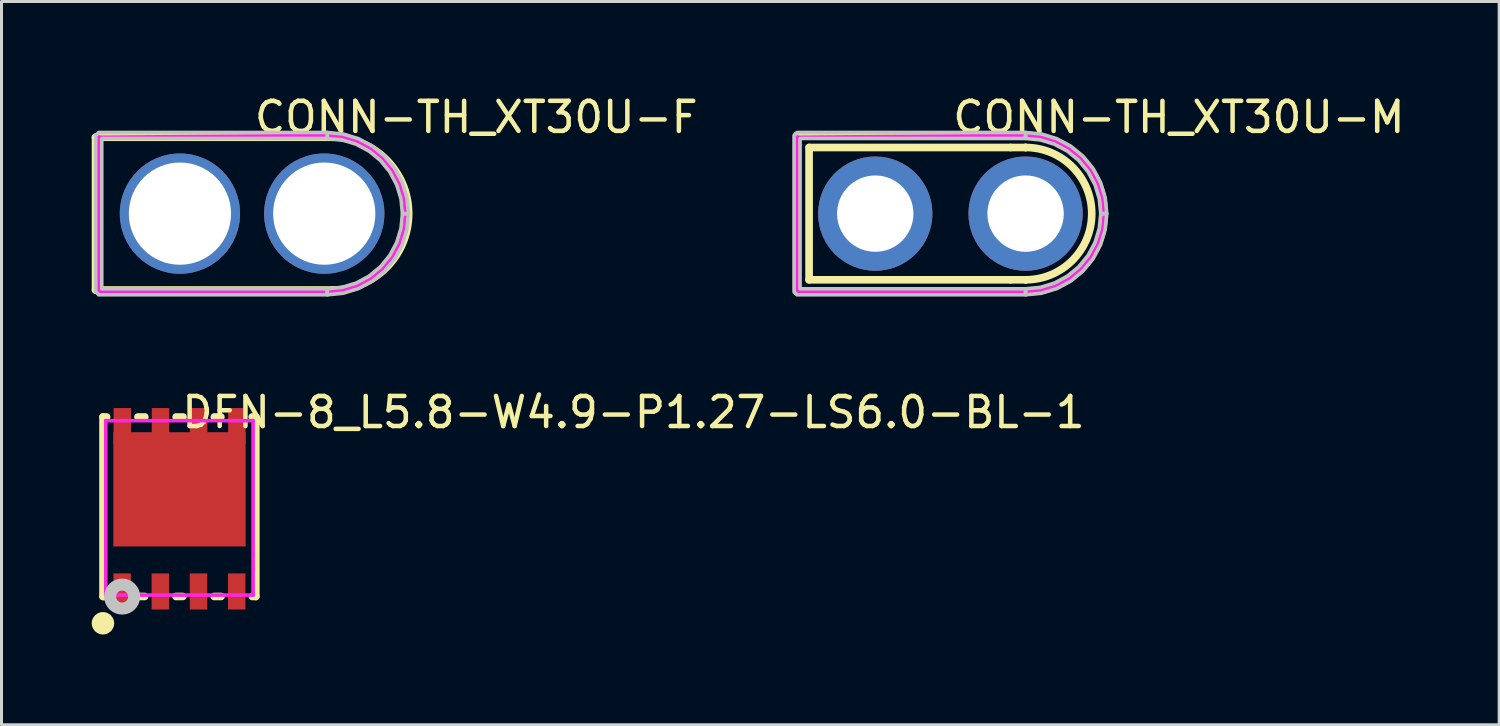
<source format=kicad_pcb>
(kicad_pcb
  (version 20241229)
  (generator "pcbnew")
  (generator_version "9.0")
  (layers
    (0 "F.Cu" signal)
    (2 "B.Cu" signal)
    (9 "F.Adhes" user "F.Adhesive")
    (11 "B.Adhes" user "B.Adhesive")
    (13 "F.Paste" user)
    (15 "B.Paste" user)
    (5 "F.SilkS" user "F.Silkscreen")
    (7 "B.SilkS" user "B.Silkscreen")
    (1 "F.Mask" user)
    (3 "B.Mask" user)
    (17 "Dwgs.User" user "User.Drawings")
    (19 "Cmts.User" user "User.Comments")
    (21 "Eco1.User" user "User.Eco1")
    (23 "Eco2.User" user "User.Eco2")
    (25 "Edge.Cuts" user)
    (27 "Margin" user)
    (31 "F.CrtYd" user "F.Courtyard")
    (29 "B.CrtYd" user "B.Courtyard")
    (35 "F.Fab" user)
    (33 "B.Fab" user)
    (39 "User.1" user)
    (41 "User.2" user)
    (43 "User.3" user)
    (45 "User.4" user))
  (footprint "DFN-8_L5.8-W4.9-P1.27-LS6.0-BL-1"
    (layer "F.Cu")
    (at 2.919 13.87)
    (property "Reference" "DFN-8_L5.8-W4.9-P1.27-LS6.0-BL-1" (at 0 -3.207 0) (layer "F.SilkS") (effects (font (size 1 1) (thickness 0.15)) (justify left)))
    (attr through_hole)
    (fp_line (start -2.542 -3.052) (end -2.423 -3.052) (stroke (width 0.254) (type solid)) (layer "F.SilkS"))
    (fp_line (start -2.542 2.917) (end -2.542 -3.052) (stroke (width 0.254) (type solid)) (layer "F.SilkS"))
    (fp_line (start -2.429 2.917) (end -2.542 2.917) (stroke (width 0.254) (type solid)) (layer "F.SilkS"))
    (fp_line (start -1.381 -3.052) (end -1.153 -3.052) (stroke (width 0.254) (type solid)) (layer "F.SilkS"))
    (fp_line (start -1.159 2.917) (end -1.386 2.917) (stroke (width 0.254) (type solid)) (layer "F.SilkS"))
    (fp_line (start -0.111 -3.052) (end 0.117 -3.052) (stroke (width 0.254) (type solid)) (layer "F.SilkS"))
    (fp_line (start 0.111 2.917) (end -0.116 2.917) (stroke (width 0.254) (type solid)) (layer "F.SilkS"))
    (fp_line (start 1.159 -3.052) (end 1.376 -3.052) (stroke (width 0.254) (type solid)) (layer "F.SilkS"))
    (fp_line (start 1.381 2.917) (end 1.154 2.917) (stroke (width 0.254) (type solid)) (layer "F.SilkS"))
    (fp_line (start 2.419 -3.052) (end 2.538 -3.052) (stroke (width 0.254) (type solid)) (layer "F.SilkS"))
    (fp_line (start 2.538 -3.052) (end 2.538 2.917) (stroke (width 0.254) (type solid)) (layer "F.SilkS"))
    (fp_line (start 2.538 2.917) (end 2.424 2.917) (stroke (width 0.254) (type solid)) (layer "F.SilkS"))
    (fp_arc (start -2.669 3.807) (mid -2.420986 3.809735) (end -2.669015 3.809531) (stroke (width 0.5) (type solid)) (layer "F.SilkS"))
    (fp_poly (pts (xy -1.617 3.35) (xy -2.197 3.35) (xy -2.197 2.15) (xy -1.617 2.15)) (stroke (width 0.12) (type solid)) (fill yes) (layer "F.Paste"))
    (fp_poly (pts (xy -0.347 3.35) (xy -0.927 3.35) (xy -0.927 2.15) (xy -0.347 2.15)) (stroke (width 0.12) (type solid)) (fill yes) (layer "F.Paste"))
    (fp_poly (pts (xy 0.923 3.35) (xy 0.343 3.35) (xy 0.343 2.15) (xy 0.923 2.15)) (stroke (width 0.12) (type solid)) (fill yes) (layer "F.Paste"))
    (fp_poly (pts (xy 2.193 3.35) (xy 1.613 3.35) (xy 1.613 2.15) (xy 2.193 2.15)) (stroke (width 0.12) (type solid)) (fill yes) (layer "F.Paste"))
    (fp_poly (pts (xy -2.192 -3.35) (xy -2.192 -2.546) (xy -2.2 -2.546) (xy -2.2 1.254) (xy 2.2 1.254) (xy 2.2 -2.546) (xy 2.197 -2.546) (xy 2.197 -3.35) (xy 1.617 -3.35) (xy 1.617 -2.546) (xy 0.928 -2.546) (xy 0.928 -3.35) (xy 0.348 -3.35) (xy 0.348 -2.546) (xy -0.342 -2.546) (xy -0.342 -3.35) (xy -0.922 -3.35) (xy -0.922 -2.546) (xy -1.612 -2.546) (xy -1.612 -3.35)) (stroke (width 0.12) (type solid)) (fill yes) (layer "F.Paste"))
    (fp_circle (center -1.907 2.921) (end -1.708 2.921) (stroke (width 0.4) (type solid)) (fill no) (layer "Dwgs.User"))
    (fp_circle (center -2.452 3.01) (end -2.423 3.01) (stroke (width 0.06) (type solid)) (fill no) (layer "Eco2.User"))
    (fp_poly (pts (xy -2.102 -3.075) (xy -1.702 -3.075) (xy -1.702 -2.425) (xy -2.102 -2.425)) (stroke (width 0.12) (type solid)) (fill no) (layer "Eco2.User"))
    (fp_poly (pts (xy -2.002 -2.43) (xy 1.998 -2.43) (xy 1.998 1.07) (xy -2.002 1.07)) (stroke (width 0.12) (type solid)) (fill no) (layer "Eco2.User"))
    (fp_poly (pts (xy -1.707 3.01) (xy -2.107 3.01) (xy -2.107 2.36) (xy -1.707 2.36)) (stroke (width 0.12) (type solid)) (fill no) (layer "Eco2.User"))
    (fp_poly (pts (xy -0.832 -3.075) (xy -0.432 -3.075) (xy -0.432 -2.425) (xy -0.832 -2.425)) (stroke (width 0.12) (type solid)) (fill no) (layer "Eco2.User"))
    (fp_poly (pts (xy -0.437 3.01) (xy -0.837 3.01) (xy -0.837 2.36) (xy -0.437 2.36)) (stroke (width 0.12) (type solid)) (fill no) (layer "Eco2.User"))
    (fp_poly (pts (xy 0.438 -3.075) (xy 0.838 -3.075) (xy 0.838 -2.425) (xy 0.438 -2.425)) (stroke (width 0.12) (type solid)) (fill no) (layer "Eco2.User"))
    (fp_poly (pts (xy 0.833 3.01) (xy 0.433 3.01) (xy 0.433 2.36) (xy 0.833 2.36)) (stroke (width 0.12) (type solid)) (fill no) (layer "Eco2.User"))
    (fp_poly (pts (xy 1.707 -3.075) (xy 2.107 -3.075) (xy 2.107 -2.425) (xy 1.707 -2.425)) (stroke (width 0.12) (type solid)) (fill no) (layer "Eco2.User"))
    (fp_poly (pts (xy 2.103 3.01) (xy 1.703 3.01) (xy 1.703 2.36) (xy 2.103 2.36)) (stroke (width 0.12) (type solid)) (fill no) (layer "Eco2.User"))
    (fp_line (start -2.452 -2.93) (end 2.448 -2.93) (stroke (width 0.12) (type solid)) (layer "F.CrtYd"))
    (fp_line (start -2.452 2.87) (end -2.452 -2.93) (stroke (width 0.12) (type solid)) (layer "F.CrtYd"))
    (fp_line (start 2.448 -2.93) (end 2.448 2.87) (stroke (width 0.12) (type solid)) (layer "F.CrtYd"))
    (fp_line (start 2.448 2.87) (end -2.452 2.87) (stroke (width 0.12) (type solid)) (layer "F.CrtYd"))
    (pad "1" smd rect (at -1.907 2.75 180) (size 0.58 1.2) (layers "F.Cu" "F.Mask" "F.Paste"))
    (pad "2" smd rect (at -0.637 2.75 180) (size 0.58 1.2) (layers "F.Cu" "F.Mask" "F.Paste"))
    (pad "3" smd rect (at 0.633 2.75 180) (size 0.58 1.2) (layers "F.Cu" "F.Mask" "F.Paste"))
    (pad "4" smd rect (at 1.903 2.75 180) (size 0.58 1.2) (layers "F.Cu" "F.Mask" "F.Paste"))
    (pad "5" smd rect (at 1.907 -2.75) (size 0.58 1.2) (layers "F.Cu" "F.Mask" "F.Paste"))
    (pad "6" smd rect (at 0.638 -2.75) (size 0.58 1.2) (layers "F.Cu" "F.Mask" "F.Paste"))
    (pad "7" smd rect (at -0.632 -2.75) (size 0.58 1.2) (layers "F.Cu" "F.Mask" "F.Paste"))
    (pad "8" smd rect (at -1.902 -2.75) (size 0.58 1.2) (layers "F.Cu" "F.Mask" "F.Paste"))
    (pad "9" smd rect (at 0 -0.646) (size 4.4 3.8) (layers "F.Cu" "F.Mask" "F.Paste")))
  (footprint "CONN-TH_XT30U-F"
    (layer "F.Cu")
    (at 5.334 4.055)
    (property "Reference" "CONN-TH_XT30U-F" (at 0 -3.207 0) (layer "F.SilkS") (effects (font (size 1 1) (thickness 0.15)) (justify left)))
    (attr through_hole)
    (fp_line (start -5.207 -2.54) (end -5.207 2.54) (stroke (width 0.254) (type solid)) (layer "F.SilkS"))
    (fp_line (start 2.794 -2.54) (end -5.207 -2.54) (stroke (width 0.254) (type solid)) (layer "F.SilkS"))
    (fp_line (start 2.794 2.54) (end -5.207 2.54) (stroke (width 0.254) (type solid)) (layer "F.SilkS"))
    (fp_arc (start 2.667 -2.54) (mid 5.207 0) (end 2.667 2.54) (stroke (width 0.254) (type solid)) (layer "F.SilkS"))
    (fp_poly (pts (xy 2.5 -2.7) (xy -5.1 -2.7) (xy -5.2 -2.6) (xy -5.2 2.6) (xy -5.1 2.7) (xy 2.5 2.7) (xy 2.5 2.5) (xy -5 2.5) (xy -5 -2.5) (xy 2.5 -2.5)) (stroke (width 0.12) (type solid)) (fill no) (layer "Dwgs.User"))
    (fp_poly (pts (xy 2.5 2.5) (xy 2.988 2.452) (xy 3.457 2.31) (xy 3.889 2.079) (xy 4.268 1.768) (xy 4.579 1.389) (xy 4.81 0.957) (xy 4.952 0.488) (xy 5 0) (xy 5.2 0) (xy 5.148 0.527) (xy 4.994 1.033) (xy 4.745 1.5) (xy 4.409 1.909) (xy 4 2.245) (xy 3.533 2.494) (xy 3.027 2.648) (xy 2.5 2.7)) (stroke (width 0.12) (type solid)) (fill no) (layer "Dwgs.User"))
    (fp_poly (pts (xy 5 0) (xy 4.952 -0.488) (xy 4.81 -0.957) (xy 4.579 -1.389) (xy 4.268 -1.768) (xy 3.889 -2.079) (xy 3.457 -2.31) (xy 2.988 -2.452) (xy 2.5 -2.5) (xy 2.5 -2.7) (xy 3.027 -2.648) (xy 3.533 -2.495) (xy 4 -2.245) (xy 4.409 -1.909) (xy 4.745 -1.5) (xy 4.994 -1.033) (xy 5.148 -0.527) (xy 5.2 0)) (stroke (width 0.12) (type solid)) (fill no) (layer "Dwgs.User"))
    (fp_circle (center -2.5 0) (end -2 0) (stroke (width 1) (type solid)) (fill no) (layer "Eco2.User"))
    (fp_circle (center 2.5 0) (end 3 0) (stroke (width 1) (type solid)) (fill no) (layer "Eco2.User"))
    (fp_circle (center 5.114 -2.6) (end 5.144 -2.6) (stroke (width 0.06) (type solid)) (fill no) (layer "Eco2.User"))
    (fp_line (start -5.1 -2.524) (end -5.099 -2.528) (stroke (width 0.12) (type solid)) (layer "F.CrtYd"))
    (fp_line (start -5.1 -2.52) (end -5.1 -2.524) (stroke (width 0.12) (type solid)) (layer "F.CrtYd"))
    (fp_line (start -5.1 2.6) (end -5.1 -2.52) (stroke (width 0.12) (type solid)) (layer "F.CrtYd"))
    (fp_line (start -5.1 2.6) (end -5.1 2.6) (stroke (width 0.12) (type solid)) (layer "F.CrtYd"))
    (fp_line (start -5.099 -2.528) (end -5.097 -2.531) (stroke (width 0.12) (type solid)) (layer "F.CrtYd"))
    (fp_line (start -5.097 -2.531) (end -5.094 -2.534) (stroke (width 0.12) (type solid)) (layer "F.CrtYd"))
    (fp_line (start -5.094 -2.534) (end -5.091 -2.537) (stroke (width 0.12) (type solid)) (layer "F.CrtYd"))
    (fp_line (start -5.091 -2.537) (end -5.088 -2.539) (stroke (width 0.12) (type solid)) (layer "F.CrtYd"))
    (fp_line (start -5.088 -2.539) (end -5.084 -2.54) (stroke (width 0.12) (type solid)) (layer "F.CrtYd"))
    (fp_line (start -5.084 -2.54) (end -5.08 -2.54) (stroke (width 0.12) (type solid)) (layer "F.CrtYd"))
    (fp_line (start -5.08 -2.54) (end 2.514 -2.6) (stroke (width 0.12) (type solid)) (layer "F.CrtYd"))
    (fp_line (start 2.514 -2.6) (end 2.514 -2.6) (stroke (width 0.12) (type solid)) (layer "F.CrtYd"))
    (fp_line (start 2.514 -2.6) (end 3.021 -2.55) (stroke (width 0.12) (type solid)) (layer "F.CrtYd"))
    (fp_line (start 2.514 2.6) (end -5.1 2.6) (stroke (width 0.12) (type solid)) (layer "F.CrtYd"))
    (fp_line (start 3.021 -2.55) (end 3.509 -2.402) (stroke (width 0.12) (type solid)) (layer "F.CrtYd"))
    (fp_line (start 3.021 2.55) (end 2.514 2.6) (stroke (width 0.12) (type solid)) (layer "F.CrtYd"))
    (fp_line (start 3.509 -2.402) (end 3.959 -2.162) (stroke (width 0.12) (type solid)) (layer "F.CrtYd"))
    (fp_line (start 3.509 2.402) (end 3.021 2.55) (stroke (width 0.12) (type solid)) (layer "F.CrtYd"))
    (fp_line (start 3.959 -2.162) (end 4.353 -1.839) (stroke (width 0.12) (type solid)) (layer "F.CrtYd"))
    (fp_line (start 3.959 2.162) (end 3.509 2.402) (stroke (width 0.12) (type solid)) (layer "F.CrtYd"))
    (fp_line (start 4.353 -1.839) (end 4.676 -1.445) (stroke (width 0.12) (type solid)) (layer "F.CrtYd"))
    (fp_line (start 4.353 1.838) (end 3.959 2.162) (stroke (width 0.12) (type solid)) (layer "F.CrtYd"))
    (fp_line (start 4.676 -1.445) (end 4.916 -0.995) (stroke (width 0.12) (type solid)) (layer "F.CrtYd"))
    (fp_line (start 4.676 1.444) (end 4.353 1.838) (stroke (width 0.12) (type solid)) (layer "F.CrtYd"))
    (fp_line (start 4.916 -0.995) (end 5.064 -0.507) (stroke (width 0.12) (type solid)) (layer "F.CrtYd"))
    (fp_line (start 4.916 0.995) (end 4.676 1.444) (stroke (width 0.12) (type solid)) (layer "F.CrtYd"))
    (fp_line (start 5.064 -0.507) (end 5.114 0) (stroke (width 0.12) (type solid)) (layer "F.CrtYd"))
    (fp_line (start 5.064 0.507) (end 4.916 0.995) (stroke (width 0.12) (type solid)) (layer "F.CrtYd"))
    (fp_line (start 5.114 0) (end 5.064 0.507) (stroke (width 0.12) (type solid)) (layer "F.CrtYd"))
    (fp_line (start 5.114 0) (end 5.114 0) (stroke (width 0.12) (type solid)) (layer "F.CrtYd"))
    (pad "1" thru_hole circle (at 2.4 0 180) (size 4 4) (drill 3.4) (layers "*.Cu" "*.Mask"))
    (pad "2" thru_hole circle (at -2.4 0 180) (size 4 4) (drill 3.4) (layers "*.Cu" "*.Mask")))
  (footprint "CONN-TH_XT30U-M"
    (layer "F.Cu")
    (at 28.558 4.055)
    (property "Reference" "CONN-TH_XT30U-M" (at 0 -3.207 0) (layer "F.SilkS") (effects (font (size 1 1) (thickness 0.15)) (justify left)))
    (attr through_hole)
    (fp_line (start -5.1 -2.6) (end -5.1 2.6) (stroke (width 0.254) (type solid)) (layer "F.SilkS"))
    (fp_line (start -5.1 2.6) (end 2.514 2.6) (stroke (width 0.254) (type solid)) (layer "F.SilkS"))
    (fp_line (start -4.7 -2.2) (end -4.7 2.2) (stroke (width 0.254) (type solid)) (layer "F.SilkS"))
    (fp_line (start -4.7 -2.2) (end 2 -2.2) (stroke (width 0.254) (type solid)) (layer "F.SilkS"))
    (fp_line (start -4.7 2.2) (end 2 2.2) (stroke (width 0.254) (type solid)) (layer "F.SilkS"))
    (fp_line (start 2 -2.2) (end 2.5 -2.2) (stroke (width 0.254) (type solid)) (layer "F.SilkS"))
    (fp_line (start 2 2.2) (end 2.501 2.2) (stroke (width 0.254) (type solid)) (layer "F.SilkS"))
    (fp_line (start 2.5 -2.2) (end 2.5 -2.2) (stroke (width 0.254) (type solid)) (layer "F.SilkS"))
    (fp_line (start 2.501 2.2) (end 2.501 2.2) (stroke (width 0.254) (type solid)) (layer "F.SilkS"))
    (fp_line (start 2.514 -2.6) (end -5.1 -2.6) (stroke (width 0.254) (type solid)) (layer "F.SilkS"))
    (fp_arc (start 2.5 -2.2) (mid 4.7 0) (end 2.5 2.2) (stroke (width 0.254) (type solid)) (layer "F.SilkS"))
    (fp_arc (start 2.514 -2.6) (mid 5.114 -0.000001) (end 2.514001 2.6) (stroke (width 0.254) (type solid)) (layer "F.SilkS"))
    (fp_poly (pts (xy 2.5 -2.7) (xy -5.1 -2.7) (xy -5.2 -2.6) (xy -5.2 2.6) (xy -5.1 2.7) (xy 2.5 2.7) (xy 2.5 2.5) (xy -5 2.5) (xy -5 -2.5) (xy 2.5 -2.5)) (stroke (width 0.12) (type solid)) (fill no) (layer "Dwgs.User"))
    (fp_poly (pts (xy 2.5 2.5) (xy 2.988 2.452) (xy 3.457 2.31) (xy 3.889 2.079) (xy 4.268 1.768) (xy 4.579 1.389) (xy 4.81 0.957) (xy 4.952 0.488) (xy 5 0) (xy 5.2 0) (xy 5.148 0.527) (xy 4.994 1.033) (xy 4.745 1.5) (xy 4.409 1.909) (xy 4 2.245) (xy 3.533 2.494) (xy 3.027 2.648) (xy 2.5 2.7)) (stroke (width 0.12) (type solid)) (fill no) (layer "Dwgs.User"))
    (fp_poly (pts (xy 5 0) (xy 4.952 -0.488) (xy 4.81 -0.957) (xy 4.579 -1.389) (xy 4.268 -1.768) (xy 3.889 -2.079) (xy 3.457 -2.31) (xy 2.988 -2.452) (xy 2.5 -2.5) (xy 2.5 -2.7) (xy 3.027 -2.648) (xy 3.533 -2.494) (xy 4 -2.245) (xy 4.409 -1.909) (xy 4.745 -1.5) (xy 4.994 -1.033) (xy 5.148 -0.527) (xy 5.2 0)) (stroke (width 0.12) (type solid)) (fill no) (layer "Dwgs.User"))
    (fp_circle (center -5.1 2.6) (end -5.07 2.6) (stroke (width 0.06) (type solid)) (fill no) (layer "Eco2.User"))
    (fp_circle (center -2.5 0) (end -2 0) (stroke (width 1) (type solid)) (fill no) (layer "Eco2.User"))
    (fp_circle (center 2.5 0) (end 3 0) (stroke (width 1) (type solid)) (fill no) (layer "Eco2.User"))
    (fp_line (start -5.1 -2.524) (end -5.099 -2.528) (stroke (width 0.12) (type solid)) (layer "F.CrtYd"))
    (fp_line (start -5.1 -2.52) (end -5.1 -2.524) (stroke (width 0.12) (type solid)) (layer "F.CrtYd"))
    (fp_line (start -5.1 2.6) (end -5.1 -2.52) (stroke (width 0.12) (type solid)) (layer "F.CrtYd"))
    (fp_line (start -5.1 2.6) (end -5.1 2.6) (stroke (width 0.12) (type solid)) (layer "F.CrtYd"))
    (fp_line (start -5.099 -2.528) (end -5.097 -2.531) (stroke (width 0.12) (type solid)) (layer "F.CrtYd"))
    (fp_line (start -5.097 -2.531) (end -5.094 -2.534) (stroke (width 0.12) (type solid)) (layer "F.CrtYd"))
    (fp_line (start -5.094 -2.534) (end -5.091 -2.537) (stroke (width 0.12) (type solid)) (layer "F.CrtYd"))
    (fp_line (start -5.091 -2.537) (end -5.088 -2.538) (stroke (width 0.12) (type solid)) (layer "F.CrtYd"))
    (fp_line (start -5.088 -2.538) (end -5.084 -2.54) (stroke (width 0.12) (type solid)) (layer "F.CrtYd"))
    (fp_line (start -5.084 -2.54) (end -5.08 -2.54) (stroke (width 0.12) (type solid)) (layer "F.CrtYd"))
    (fp_line (start -5.08 -2.54) (end 2.514 -2.6) (stroke (width 0.12) (type solid)) (layer "F.CrtYd"))
    (fp_line (start 2.514 -2.6) (end 2.514 -2.6) (stroke (width 0.12) (type solid)) (layer "F.CrtYd"))
    (fp_line (start 2.514 -2.6) (end 3.021 -2.55) (stroke (width 0.12) (type solid)) (layer "F.CrtYd"))
    (fp_line (start 2.514 2.6) (end -5.1 2.6) (stroke (width 0.12) (type solid)) (layer "F.CrtYd"))
    (fp_line (start 3.021 -2.55) (end 3.509 -2.402) (stroke (width 0.12) (type solid)) (layer "F.CrtYd"))
    (fp_line (start 3.021 2.55) (end 2.514 2.6) (stroke (width 0.12) (type solid)) (layer "F.CrtYd"))
    (fp_line (start 3.509 -2.402) (end 3.959 -2.162) (stroke (width 0.12) (type solid)) (layer "F.CrtYd"))
    (fp_line (start 3.509 2.402) (end 3.021 2.55) (stroke (width 0.12) (type solid)) (layer "F.CrtYd"))
    (fp_line (start 3.959 -2.162) (end 4.353 -1.838) (stroke (width 0.12) (type solid)) (layer "F.CrtYd"))
    (fp_line (start 3.959 2.162) (end 3.509 2.402) (stroke (width 0.12) (type solid)) (layer "F.CrtYd"))
    (fp_line (start 4.353 -1.838) (end 4.676 -1.444) (stroke (width 0.12) (type solid)) (layer "F.CrtYd"))
    (fp_line (start 4.353 1.838) (end 3.959 2.162) (stroke (width 0.12) (type solid)) (layer "F.CrtYd"))
    (fp_line (start 4.676 -1.444) (end 4.916 -0.995) (stroke (width 0.12) (type solid)) (layer "F.CrtYd"))
    (fp_line (start 4.676 1.444) (end 4.353 1.838) (stroke (width 0.12) (type solid)) (layer "F.CrtYd"))
    (fp_line (start 4.916 -0.995) (end 5.064 -0.507) (stroke (width 0.12) (type solid)) (layer "F.CrtYd"))
    (fp_line (start 4.916 0.995) (end 4.676 1.444) (stroke (width 0.12) (type solid)) (layer "F.CrtYd"))
    (fp_line (start 5.064 -0.507) (end 5.114 0) (stroke (width 0.12) (type solid)) (layer "F.CrtYd"))
    (fp_line (start 5.064 0.507) (end 4.916 0.995) (stroke (width 0.12) (type solid)) (layer "F.CrtYd"))
    (fp_line (start 5.114 0) (end 5.064 0.507) (stroke (width 0.12) (type solid)) (layer "F.CrtYd"))
    (fp_line (start 5.114 0) (end 5.114 0) (stroke (width 0.12) (type solid)) (layer "F.CrtYd"))
    (pad "1" thru_hole circle (at -2.5 0) (size 3.8 3.8) (drill 2.54) (layers "*.Cu" "*.Mask"))
    (pad "2" thru_hole circle (at 2.5 0) (size 3.8 3.8) (drill 2.54) (layers "*.Cu" "*.Mask")))
  (gr_rect
    (start -3 -3)
    (end 46.808 21.054)
    (stroke (width 0.1) (type default))
    (fill no)
    (layer "Edge.Cuts")))
</source>
